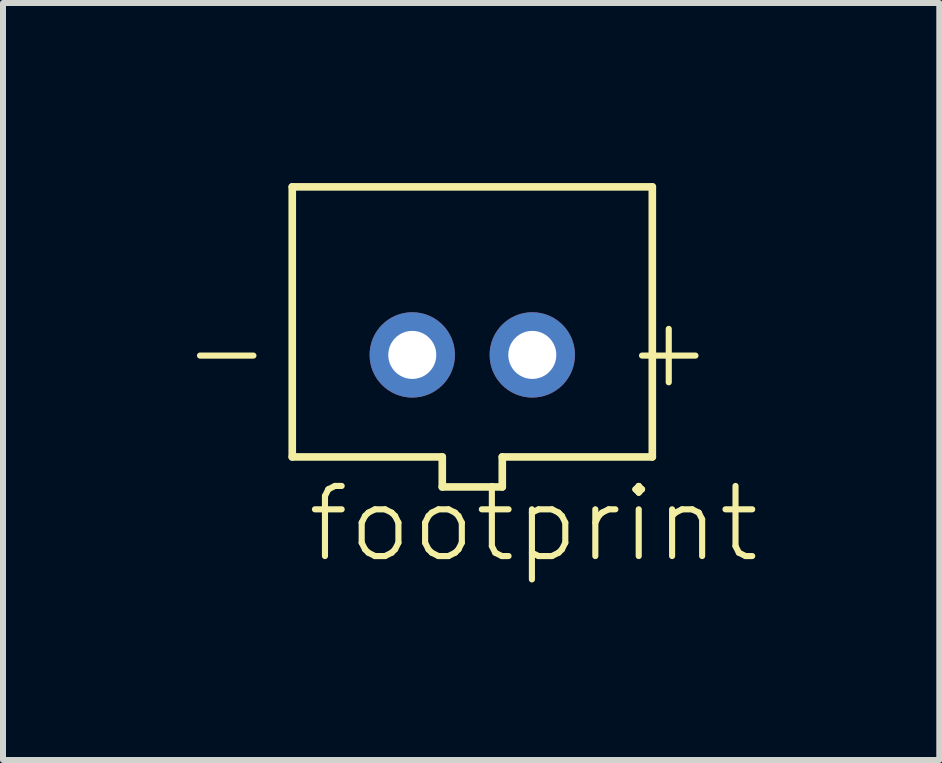
<source format=kicad_pcb>
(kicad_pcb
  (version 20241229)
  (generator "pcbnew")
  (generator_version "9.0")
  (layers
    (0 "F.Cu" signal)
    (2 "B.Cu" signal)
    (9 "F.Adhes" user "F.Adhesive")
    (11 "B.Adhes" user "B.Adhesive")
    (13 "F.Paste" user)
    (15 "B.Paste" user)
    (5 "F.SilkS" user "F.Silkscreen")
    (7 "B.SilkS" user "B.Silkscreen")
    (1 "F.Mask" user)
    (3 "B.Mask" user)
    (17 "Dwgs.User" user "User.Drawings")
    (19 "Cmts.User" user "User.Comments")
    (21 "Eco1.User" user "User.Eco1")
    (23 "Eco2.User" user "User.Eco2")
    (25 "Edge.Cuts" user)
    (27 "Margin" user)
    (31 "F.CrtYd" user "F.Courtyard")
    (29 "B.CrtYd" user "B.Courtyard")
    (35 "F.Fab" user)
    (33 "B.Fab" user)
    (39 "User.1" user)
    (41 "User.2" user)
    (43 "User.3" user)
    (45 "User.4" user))
  (footprint "footprint"
    (layer "F.Cu")
    (at 4.82 2.864)
    (property "Reference" "footprint" (at -2.8 3.5 0) (layer "F.SilkS") (effects (font (size 1.168 1.168) (thickness 0.102)) (justify left bottom)))
    (fp_line (start -3 -2.8) (end 3 -2.8) (stroke (width 0.127) (type solid)) (layer "F.SilkS"))
    (fp_line (start -3 1.7) (end -3 -2.8) (stroke (width 0.127) (type solid)) (layer "F.SilkS"))
    (fp_line (start -0.5 1.7) (end -3 1.7) (stroke (width 0.127) (type solid)) (layer "F.SilkS"))
    (fp_line (start -0.5 2.2) (end -0.5 1.7) (stroke (width 0.127) (type solid)) (layer "F.SilkS"))
    (fp_line (start 0.5 1.7) (end 0.5 2.2) (stroke (width 0.127) (type solid)) (layer "F.SilkS"))
    (fp_line (start 0.5 2.2) (end -0.5 2.2) (stroke (width 0.127) (type solid)) (layer "F.SilkS"))
    (fp_line (start 3 -2.8) (end 3 1.7) (stroke (width 0.127) (type solid)) (layer "F.SilkS"))
    (fp_line (start 3 1.7) (end 0.5 1.7) (stroke (width 0.127) (type solid)) (layer "F.SilkS"))
    (fp_text user "+" (at 4.064 -0.762 0) (layer "F.SilkS") (effects (font (size 1.168 1.168) (thickness 0.102)) (justify right top)))
    (fp_text user "-" (at -3.302 -0.762 0) (layer "F.SilkS") (effects (font (size 1.168 1.168) (thickness 0.102)) (justify right top)))
    (pad "1" thru_hole circle (at 1 0 180) (size 1.422 1.422) (drill 0.8) (layers "*.Cu" "*.Mask"))
    (pad "2" thru_hole circle (at -1 0 180) (size 1.422 1.422) (drill 0.8) (layers "*.Cu" "*.Mask")))
  (gr_rect
    (start -3 -3)
    (end 12.602 9.614)
    (stroke (width 0.1) (type default))
    (fill no)
    (layer "Edge.Cuts")))
</source>
